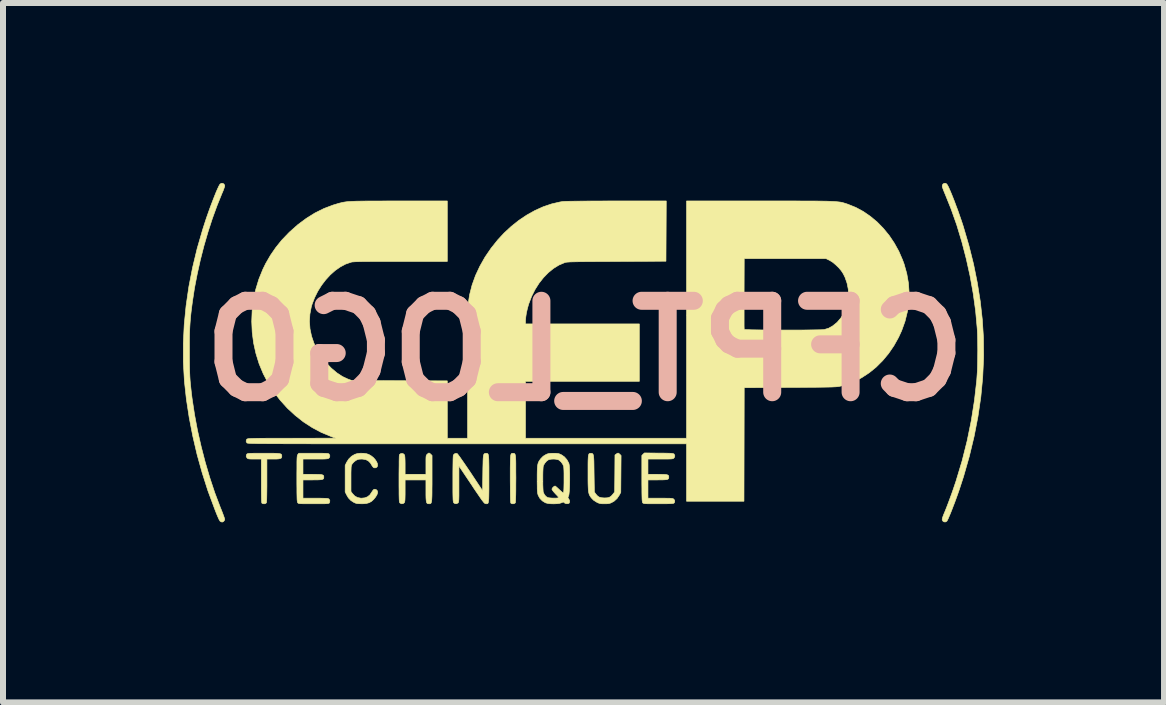
<source format=kicad_pcb>
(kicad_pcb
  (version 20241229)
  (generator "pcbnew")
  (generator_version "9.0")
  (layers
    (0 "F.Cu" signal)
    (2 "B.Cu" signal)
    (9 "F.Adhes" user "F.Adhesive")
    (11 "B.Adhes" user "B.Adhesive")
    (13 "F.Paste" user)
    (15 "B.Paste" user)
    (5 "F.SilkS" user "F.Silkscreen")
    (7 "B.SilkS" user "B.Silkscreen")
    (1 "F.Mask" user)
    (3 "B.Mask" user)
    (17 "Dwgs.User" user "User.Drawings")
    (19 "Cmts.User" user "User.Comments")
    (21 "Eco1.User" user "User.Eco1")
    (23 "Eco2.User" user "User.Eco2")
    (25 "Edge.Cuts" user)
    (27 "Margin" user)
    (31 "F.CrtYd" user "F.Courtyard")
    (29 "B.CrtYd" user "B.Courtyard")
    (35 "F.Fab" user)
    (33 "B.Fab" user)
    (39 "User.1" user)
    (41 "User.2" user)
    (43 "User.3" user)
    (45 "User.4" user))
  (footprint "CFPT_LOGO"
    (layer "F.Cu")
    (at 6.698 2.797)
    (property "Reference" "CFPT_LOGO" (at 0 0 0) (layer "B.SilkS") (effects (font (size 1.524 1.524) (thickness 0.3)) (justify mirror)))
    (attr through_hole)
    (fp_poly (pts (xy -1.197 1.708) (xy -1.186 1.708) (xy -1.178 1.71) (xy -1.171 1.714) (xy -1.165 1.723) (xy -1.161 1.737) (xy -1.157 1.757) (xy -1.155 1.787) (xy -1.153 1.825) (xy -1.152 1.875) (xy -1.152 1.938) (xy -1.152 2.014) (xy -1.151 2.106) (xy -1.151 2.127) (xy -1.152 2.231) (xy -1.152 2.319) (xy -1.153 2.393) (xy -1.155 2.452) (xy -1.156 2.495) (xy -1.158 2.522) (xy -1.16 2.532) (xy -1.175 2.544) (xy -1.198 2.549) (xy -1.221 2.546) (xy -1.234 2.538) (xy -1.237 2.531) (xy -1.239 2.515) (xy -1.241 2.489) (xy -1.242 2.451) (xy -1.243 2.401) (xy -1.244 2.337) (xy -1.244 2.259) (xy -1.245 2.165) (xy -1.245 2.129) (xy -1.245 2.034) (xy -1.245 1.954) (xy -1.244 1.888) (xy -1.243 1.836) (xy -1.242 1.794) (xy -1.24 1.763) (xy -1.237 1.74) (xy -1.233 1.725) (xy -1.228 1.716) (xy -1.221 1.71) (xy -1.213 1.708) (xy -1.204 1.708) (xy -1.197 1.708)) (stroke (width 0.01) (type solid)) (fill yes) (layer "F.SilkS"))
    (fp_poly (pts (xy -5.273 1.706) (xy -5.209 1.706) (xy -5.159 1.707) (xy -5.121 1.709) (xy -5.093 1.712) (xy -5.074 1.716) (xy -5.062 1.722) (xy -5.056 1.731) (xy -5.053 1.741) (xy -5.052 1.754) (xy -5.052 1.758) (xy -5.055 1.775) (xy -5.062 1.787) (xy -5.078 1.795) (xy -5.103 1.8) (xy -5.141 1.803) (xy -5.192 1.803) (xy -5.3 1.803) (xy -5.3 2.16) (xy -5.3 2.257) (xy -5.301 2.341) (xy -5.302 2.411) (xy -5.303 2.465) (xy -5.305 2.504) (xy -5.307 2.526) (xy -5.309 2.532) (xy -5.323 2.544) (xy -5.346 2.549) (xy -5.369 2.546) (xy -5.383 2.538) (xy -5.386 2.531) (xy -5.388 2.514) (xy -5.39 2.487) (xy -5.391 2.448) (xy -5.392 2.397) (xy -5.393 2.332) (xy -5.393 2.252) (xy -5.393 2.166) (xy -5.393 1.803) (xy -5.503 1.803) (xy -5.549 1.803) (xy -5.581 1.802) (xy -5.603 1.8) (xy -5.616 1.796) (xy -5.626 1.79) (xy -5.63 1.786) (xy -5.645 1.762) (xy -5.643 1.737) (xy -5.635 1.722) (xy -5.631 1.718) (xy -5.625 1.714) (xy -5.616 1.712) (xy -5.6 1.709) (xy -5.578 1.708) (xy -5.546 1.707) (xy -5.504 1.706) (xy -5.448 1.706) (xy -5.379 1.706) (xy -5.352 1.706) (xy -5.273 1.706)) (stroke (width 0.01) (type solid)) (fill yes) (layer "F.SilkS"))
    (fp_poly (pts (xy 0.572 1.715) (xy 0.581 1.723) (xy 0.602 1.744) (xy 0.597 2.358) (xy 0.574 2.402) (xy 0.535 2.46) (xy 0.486 2.505) (xy 0.445 2.528) (xy 0.42 2.539) (xy 0.394 2.545) (xy 0.361 2.548) (xy 0.325 2.548) (xy 0.286 2.548) (xy 0.258 2.545) (xy 0.234 2.539) (xy 0.209 2.529) (xy 0.196 2.522) (xy 0.144 2.489) (xy 0.11 2.454) (xy 0.095 2.435) (xy 0.083 2.416) (xy 0.073 2.397) (xy 0.066 2.375) (xy 0.06 2.348) (xy 0.056 2.315) (xy 0.054 2.273) (xy 0.052 2.221) (xy 0.051 2.157) (xy 0.051 2.078) (xy 0.051 2.032) (xy 0.051 1.95) (xy 0.051 1.882) (xy 0.052 1.829) (xy 0.054 1.788) (xy 0.056 1.757) (xy 0.06 1.736) (xy 0.065 1.722) (xy 0.071 1.713) (xy 0.08 1.709) (xy 0.09 1.708) (xy 0.097 1.708) (xy 0.109 1.708) (xy 0.12 1.71) (xy 0.128 1.715) (xy 0.135 1.724) (xy 0.14 1.739) (xy 0.144 1.763) (xy 0.147 1.795) (xy 0.149 1.838) (xy 0.15 1.893) (xy 0.151 1.963) (xy 0.152 2.044) (xy 0.157 2.351) (xy 0.177 2.381) (xy 0.205 2.414) (xy 0.235 2.436) (xy 0.272 2.447) (xy 0.321 2.451) (xy 0.325 2.451) (xy 0.372 2.449) (xy 0.407 2.44) (xy 0.436 2.422) (xy 0.463 2.392) (xy 0.472 2.381) (xy 0.495 2.351) (xy 0.498 2.044) (xy 0.5 1.736) (xy 0.522 1.719) (xy 0.542 1.706) (xy 0.556 1.704) (xy 0.572 1.715)) (stroke (width 0.01) (type solid)) (fill yes) (layer "F.SilkS"))
    (fp_poly (pts (xy -3.69 1.707) (xy -3.64 1.714) (xy -3.603 1.726) (xy -3.563 1.749) (xy -3.527 1.777) (xy -3.497 1.81) (xy -3.474 1.844) (xy -3.459 1.877) (xy -3.455 1.907) (xy -3.462 1.931) (xy -3.474 1.943) (xy -3.499 1.951) (xy -3.524 1.944) (xy -3.543 1.922) (xy -3.545 1.919) (xy -3.575 1.869) (xy -3.61 1.834) (xy -3.651 1.813) (xy -3.702 1.804) (xy -3.723 1.803) (xy -3.758 1.805) (xy -3.783 1.809) (xy -3.806 1.82) (xy -3.82 1.828) (xy -3.847 1.849) (xy -3.871 1.874) (xy -3.879 1.885) (xy -3.885 1.895) (xy -3.89 1.906) (xy -3.893 1.918) (xy -3.896 1.935) (xy -3.897 1.959) (xy -3.898 1.991) (xy -3.899 2.035) (xy -3.899 2.092) (xy -3.899 2.131) (xy -3.899 2.344) (xy -3.873 2.38) (xy -3.836 2.419) (xy -3.79 2.444) (xy -3.735 2.455) (xy -3.722 2.455) (xy -3.667 2.449) (xy -3.622 2.431) (xy -3.584 2.4) (xy -3.552 2.353) (xy -3.544 2.34) (xy -3.526 2.315) (xy -3.503 2.306) (xy -3.477 2.314) (xy -3.475 2.315) (xy -3.458 2.335) (xy -3.455 2.363) (xy -3.466 2.398) (xy -3.49 2.437) (xy -3.521 2.475) (xy -3.557 2.508) (xy -3.596 2.53) (xy -3.642 2.543) (xy -3.699 2.548) (xy -3.721 2.548) (xy -3.763 2.547) (xy -3.794 2.545) (xy -3.817 2.54) (xy -3.839 2.531) (xy -3.847 2.528) (xy -3.9 2.494) (xy -3.943 2.449) (xy -3.971 2.401) (xy -3.996 2.351) (xy -3.996 2.13) (xy -3.996 1.909) (xy -3.972 1.858) (xy -3.937 1.803) (xy -3.89 1.757) (xy -3.836 1.725) (xy -3.795 1.712) (xy -3.744 1.706) (xy -3.69 1.707)) (stroke (width 0.01) (type solid)) (fill yes) (layer "F.SilkS"))
    (fp_poly (pts (xy -2.587 1.707) (xy -2.571 1.721) (xy -2.569 1.723) (xy -2.548 1.743) (xy -2.548 2.127) (xy -2.548 2.222) (xy -2.549 2.302) (xy -2.549 2.367) (xy -2.55 2.42) (xy -2.552 2.462) (xy -2.554 2.493) (xy -2.558 2.516) (xy -2.562 2.531) (xy -2.568 2.541) (xy -2.576 2.546) (xy -2.585 2.548) (xy -2.596 2.548) (xy -2.599 2.548) (xy -2.615 2.547) (xy -2.627 2.543) (xy -2.636 2.533) (xy -2.642 2.515) (xy -2.646 2.489) (xy -2.649 2.451) (xy -2.65 2.4) (xy -2.65 2.335) (xy -2.65 2.331) (xy -2.65 2.151) (xy -2.997 2.151) (xy -2.997 2.331) (xy -2.997 2.393) (xy -2.998 2.44) (xy -2.999 2.475) (xy -3.001 2.499) (xy -3.004 2.516) (xy -3.008 2.527) (xy -3.01 2.53) (xy -3.03 2.545) (xy -3.055 2.548) (xy -3.079 2.538) (xy -3.085 2.533) (xy -3.088 2.528) (xy -3.091 2.52) (xy -3.093 2.508) (xy -3.095 2.49) (xy -3.096 2.464) (xy -3.097 2.43) (xy -3.098 2.385) (xy -3.098 2.329) (xy -3.099 2.259) (xy -3.099 2.174) (xy -3.099 2.129) (xy -3.099 2.049) (xy -3.098 1.974) (xy -3.097 1.907) (xy -3.097 1.847) (xy -3.096 1.798) (xy -3.095 1.761) (xy -3.093 1.738) (xy -3.092 1.731) (xy -3.072 1.713) (xy -3.047 1.709) (xy -3.023 1.717) (xy -3.006 1.735) (xy -3.003 1.749) (xy -3 1.779) (xy -2.998 1.821) (xy -2.997 1.874) (xy -2.997 1.904) (xy -2.997 2.057) (xy -2.65 2.057) (xy -2.65 1.9) (xy -2.65 1.845) (xy -2.65 1.804) (xy -2.649 1.775) (xy -2.647 1.756) (xy -2.644 1.742) (xy -2.639 1.733) (xy -2.632 1.726) (xy -2.629 1.723) (xy -2.613 1.709) (xy -2.6 1.702) (xy -2.599 1.702) (xy -2.587 1.707)) (stroke (width 0.01) (type solid)) (fill yes) (layer "F.SilkS"))
    (fp_poly (pts (xy 1.233 1.704) (xy 1.303 1.704) (xy 1.359 1.705) (xy 1.401 1.706) (xy 1.432 1.707) (xy 1.454 1.709) (xy 1.469 1.712) (xy 1.478 1.715) (xy 1.484 1.719) (xy 1.487 1.722) (xy 1.498 1.749) (xy 1.492 1.773) (xy 1.482 1.786) (xy 1.476 1.792) (xy 1.468 1.796) (xy 1.456 1.799) (xy 1.438 1.801) (xy 1.412 1.802) (xy 1.375 1.803) (xy 1.326 1.803) (xy 1.263 1.803) (xy 1.257 1.803) (xy 1.05 1.803) (xy 1.05 2.057) (xy 1.21 2.057) (xy 1.271 2.058) (xy 1.317 2.059) (xy 1.35 2.061) (xy 1.373 2.066) (xy 1.387 2.073) (xy 1.394 2.082) (xy 1.397 2.095) (xy 1.397 2.104) (xy 1.396 2.119) (xy 1.391 2.131) (xy 1.381 2.139) (xy 1.364 2.145) (xy 1.336 2.148) (xy 1.297 2.15) (xy 1.244 2.15) (xy 1.21 2.151) (xy 1.05 2.151) (xy 1.05 2.455) (xy 1.257 2.455) (xy 1.322 2.455) (xy 1.372 2.456) (xy 1.409 2.456) (xy 1.436 2.458) (xy 1.455 2.46) (xy 1.467 2.463) (xy 1.475 2.467) (xy 1.481 2.472) (xy 1.482 2.472) (xy 1.496 2.496) (xy 1.495 2.52) (xy 1.485 2.535) (xy 1.48 2.539) (xy 1.47 2.542) (xy 1.454 2.544) (xy 1.43 2.546) (xy 1.397 2.547) (xy 1.352 2.548) (xy 1.294 2.548) (xy 1.223 2.548) (xy 1.152 2.548) (xy 1.096 2.548) (xy 1.052 2.548) (xy 1.021 2.547) (xy 0.998 2.546) (xy 0.983 2.543) (xy 0.973 2.54) (xy 0.967 2.537) (xy 0.963 2.532) (xy 0.961 2.53) (xy 0.958 2.523) (xy 0.956 2.513) (xy 0.954 2.498) (xy 0.952 2.477) (xy 0.951 2.447) (xy 0.95 2.408) (xy 0.949 2.357) (xy 0.949 2.294) (xy 0.948 2.217) (xy 0.948 2.127) (xy 0.948 1.743) (xy 0.969 1.722) (xy 0.991 1.701) (xy 1.233 1.704)) (stroke (width 0.01) (type solid)) (fill yes) (layer "F.SilkS"))
    (fp_poly (pts (xy 6.012 -2.792) (xy 6.03 -2.779) (xy 6.042 -2.761) (xy 6.059 -2.729) (xy 6.079 -2.684) (xy 6.103 -2.628) (xy 6.129 -2.564) (xy 6.157 -2.493) (xy 6.185 -2.417) (xy 6.215 -2.338) (xy 6.243 -2.257) (xy 6.271 -2.177) (xy 6.297 -2.099) (xy 6.306 -2.07) (xy 6.398 -1.757) (xy 6.476 -1.445) (xy 6.539 -1.133) (xy 6.588 -0.825) (xy 6.622 -0.52) (xy 6.641 -0.22) (xy 6.644 0.074) (xy 6.643 0.123) (xy 6.628 0.446) (xy 6.597 0.77) (xy 6.549 1.097) (xy 6.485 1.426) (xy 6.405 1.759) (xy 6.309 2.095) (xy 6.237 2.316) (xy 6.214 2.382) (xy 6.189 2.451) (xy 6.164 2.52) (xy 6.138 2.587) (xy 6.114 2.65) (xy 6.091 2.708) (xy 6.07 2.757) (xy 6.053 2.797) (xy 6.039 2.825) (xy 6.031 2.838) (xy 6.009 2.851) (xy 5.984 2.85) (xy 5.966 2.838) (xy 5.957 2.825) (xy 5.953 2.81) (xy 5.956 2.79) (xy 5.965 2.762) (xy 5.98 2.722) (xy 5.986 2.709) (xy 6.005 2.663) (xy 6.028 2.605) (xy 6.054 2.537) (xy 6.081 2.464) (xy 6.109 2.388) (xy 6.135 2.314) (xy 6.159 2.243) (xy 6.18 2.181) (xy 6.183 2.172) (xy 6.284 1.837) (xy 6.369 1.5) (xy 6.438 1.162) (xy 6.491 0.825) (xy 6.529 0.49) (xy 6.536 0.389) (xy 6.54 0.329) (xy 6.542 0.256) (xy 6.544 0.172) (xy 6.545 0.082) (xy 6.546 -0.011) (xy 6.545 -0.103) (xy 6.544 -0.192) (xy 6.542 -0.272) (xy 6.539 -0.342) (xy 6.536 -0.381) (xy 6.51 -0.667) (xy 6.47 -0.956) (xy 6.418 -1.247) (xy 6.354 -1.536) (xy 6.28 -1.82) (xy 6.196 -2.098) (xy 6.101 -2.366) (xy 6.009 -2.595) (xy 5.991 -2.638) (xy 5.975 -2.678) (xy 5.963 -2.71) (xy 5.956 -2.732) (xy 5.954 -2.737) (xy 5.956 -2.763) (xy 5.969 -2.782) (xy 5.989 -2.792) (xy 6.012 -2.792)) (stroke (width 0.01) (type solid)) (fill yes) (layer "F.SilkS"))
    (fp_poly (pts (xy -1.636 1.708) (xy -1.627 1.71) (xy -1.62 1.714) (xy -1.614 1.722) (xy -1.61 1.736) (xy -1.606 1.756) (xy -1.604 1.785) (xy -1.602 1.823) (xy -1.601 1.873) (xy -1.6 1.935) (xy -1.6 2.01) (xy -1.6 2.101) (xy -1.6 2.226) (xy -1.6 2.305) (xy -1.601 2.371) (xy -1.602 2.424) (xy -1.603 2.465) (xy -1.606 2.496) (xy -1.609 2.519) (xy -1.613 2.534) (xy -1.619 2.543) (xy -1.627 2.547) (xy -1.636 2.548) (xy -1.647 2.548) (xy -1.654 2.547) (xy -1.661 2.545) (xy -1.668 2.542) (xy -1.677 2.535) (xy -1.688 2.523) (xy -1.702 2.505) (xy -1.721 2.481) (xy -1.744 2.447) (xy -1.773 2.405) (xy -1.81 2.351) (xy -1.854 2.286) (xy -1.89 2.231) (xy -2.1 1.918) (xy -2.1 2.219) (xy -2.1 2.299) (xy -2.1 2.363) (xy -2.1 2.414) (xy -2.101 2.453) (xy -2.102 2.482) (xy -2.104 2.503) (xy -2.106 2.517) (xy -2.109 2.526) (xy -2.113 2.532) (xy -2.115 2.534) (xy -2.139 2.547) (xy -2.165 2.546) (xy -2.186 2.533) (xy -2.188 2.53) (xy -2.191 2.523) (xy -2.194 2.513) (xy -2.196 2.498) (xy -2.198 2.477) (xy -2.199 2.447) (xy -2.2 2.407) (xy -2.201 2.356) (xy -2.201 2.293) (xy -2.201 2.216) (xy -2.201 2.131) (xy -2.201 2.024) (xy -2.2 1.934) (xy -2.199 1.86) (xy -2.198 1.803) (xy -2.196 1.763) (xy -2.194 1.74) (xy -2.192 1.735) (xy -2.174 1.716) (xy -2.149 1.708) (xy -2.129 1.712) (xy -2.121 1.72) (xy -2.105 1.742) (xy -2.081 1.774) (xy -2.052 1.816) (xy -2.017 1.866) (xy -1.978 1.923) (xy -1.936 1.985) (xy -1.909 2.025) (xy -1.706 2.331) (xy -1.702 2.033) (xy -1.701 1.951) (xy -1.699 1.883) (xy -1.698 1.83) (xy -1.696 1.789) (xy -1.693 1.758) (xy -1.689 1.736) (xy -1.683 1.722) (xy -1.676 1.714) (xy -1.667 1.71) (xy -1.656 1.708) (xy -1.646 1.708) (xy -1.636 1.708)) (stroke (width 0.01) (type solid)) (fill yes) (layer "F.SilkS"))
    (fp_poly (pts (xy -6.037 -2.792) (xy -6.017 -2.781) (xy -6.004 -2.76) (xy -6.003 -2.748) (xy -6.006 -2.734) (xy -6.015 -2.708) (xy -6.028 -2.672) (xy -6.045 -2.632) (xy -6.05 -2.621) (xy -6.131 -2.42) (xy -6.209 -2.206) (xy -6.282 -1.981) (xy -6.349 -1.751) (xy -6.409 -1.516) (xy -6.461 -1.282) (xy -6.506 -1.051) (xy -6.54 -0.829) (xy -6.552 -0.739) (xy -6.562 -0.66) (xy -6.57 -0.588) (xy -6.576 -0.522) (xy -6.581 -0.457) (xy -6.585 -0.392) (xy -6.588 -0.323) (xy -6.59 -0.248) (xy -6.591 -0.163) (xy -6.591 -0.066) (xy -6.591 0.004) (xy -6.591 0.111) (xy -6.59 0.204) (xy -6.589 0.285) (xy -6.587 0.358) (xy -6.584 0.426) (xy -6.58 0.49) (xy -6.574 0.555) (xy -6.567 0.622) (xy -6.559 0.695) (xy -6.549 0.777) (xy -6.544 0.813) (xy -6.505 1.068) (xy -6.456 1.329) (xy -6.396 1.593) (xy -6.328 1.856) (xy -6.252 2.114) (xy -6.169 2.364) (xy -6.079 2.602) (xy -6.057 2.656) (xy -6.039 2.702) (xy -6.024 2.743) (xy -6.012 2.776) (xy -6.005 2.799) (xy -6.003 2.807) (xy -6.009 2.827) (xy -6.025 2.845) (xy -6.044 2.853) (xy -6.046 2.853) (xy -6.063 2.849) (xy -6.072 2.844) (xy -6.08 2.839) (xy -6.087 2.828) (xy -6.097 2.812) (xy -6.108 2.788) (xy -6.123 2.754) (xy -6.142 2.708) (xy -6.165 2.649) (xy -6.176 2.62) (xy -6.283 2.332) (xy -6.378 2.034) (xy -6.463 1.73) (xy -6.535 1.422) (xy -6.595 1.113) (xy -6.642 0.806) (xy -6.675 0.504) (xy -6.676 0.485) (xy -6.693 0.182) (xy -6.693 -0.125) (xy -6.678 -0.436) (xy -6.647 -0.751) (xy -6.601 -1.068) (xy -6.539 -1.387) (xy -6.462 -1.707) (xy -6.369 -2.027) (xy -6.314 -2.197) (xy -6.285 -2.28) (xy -6.256 -2.362) (xy -6.226 -2.442) (xy -6.197 -2.518) (xy -6.17 -2.587) (xy -6.145 -2.649) (xy -6.122 -2.701) (xy -6.103 -2.742) (xy -6.088 -2.769) (xy -6.081 -2.779) (xy -6.06 -2.792) (xy -6.037 -2.792)) (stroke (width 0.01) (type solid)) (fill yes) (layer "F.SilkS"))
    (fp_poly (pts (xy -4.45 1.706) (xy -4.394 1.706) (xy -4.351 1.707) (xy -4.319 1.708) (xy -4.296 1.709) (xy -4.281 1.711) (xy -4.272 1.714) (xy -4.266 1.718) (xy -4.262 1.722) (xy -4.251 1.749) (xy -4.255 1.773) (xy -4.269 1.79) (xy -4.278 1.794) (xy -4.291 1.798) (xy -4.31 1.8) (xy -4.339 1.802) (xy -4.378 1.803) (xy -4.43 1.803) (xy -4.493 1.803) (xy -4.699 1.803) (xy -4.699 2.057) (xy -4.539 2.057) (xy -4.478 2.058) (xy -4.432 2.059) (xy -4.398 2.061) (xy -4.376 2.066) (xy -4.362 2.073) (xy -4.355 2.082) (xy -4.352 2.095) (xy -4.352 2.104) (xy -4.353 2.119) (xy -4.357 2.131) (xy -4.368 2.139) (xy -4.385 2.145) (xy -4.413 2.148) (xy -4.452 2.15) (xy -4.504 2.15) (xy -4.539 2.151) (xy -4.699 2.151) (xy -4.699 2.455) (xy -4.489 2.455) (xy -4.423 2.455) (xy -4.372 2.456) (xy -4.335 2.457) (xy -4.307 2.458) (xy -4.289 2.46) (xy -4.277 2.463) (xy -4.269 2.467) (xy -4.264 2.471) (xy -4.251 2.496) (xy -4.255 2.524) (xy -4.259 2.532) (xy -4.262 2.537) (xy -4.268 2.54) (xy -4.277 2.543) (xy -4.292 2.545) (xy -4.315 2.547) (xy -4.347 2.548) (xy -4.391 2.548) (xy -4.447 2.548) (xy -4.519 2.548) (xy -4.521 2.548) (xy -4.593 2.548) (xy -4.65 2.548) (xy -4.694 2.548) (xy -4.726 2.547) (xy -4.75 2.546) (xy -4.765 2.544) (xy -4.775 2.541) (xy -4.781 2.537) (xy -4.786 2.532) (xy -4.787 2.53) (xy -4.791 2.523) (xy -4.793 2.513) (xy -4.795 2.498) (xy -4.797 2.477) (xy -4.798 2.447) (xy -4.799 2.407) (xy -4.8 2.357) (xy -4.8 2.294) (xy -4.801 2.217) (xy -4.801 2.128) (xy -4.801 2.038) (xy -4.8 1.963) (xy -4.8 1.901) (xy -4.8 1.852) (xy -4.799 1.814) (xy -4.798 1.785) (xy -4.796 1.764) (xy -4.794 1.749) (xy -4.792 1.739) (xy -4.788 1.732) (xy -4.785 1.726) (xy -4.784 1.726) (xy -4.768 1.706) (xy -4.521 1.706) (xy -4.45 1.706)) (stroke (width 0.01) (type solid)) (fill yes) (layer "F.SilkS"))
    (fp_poly (pts (xy -0.485 1.707) (xy -0.456 1.71) (xy -0.433 1.714) (xy -0.412 1.723) (xy -0.392 1.732) (xy -0.343 1.766) (xy -0.302 1.812) (xy -0.272 1.866) (xy -0.266 1.881) (xy -0.262 1.904) (xy -0.258 1.94) (xy -0.256 1.986) (xy -0.254 2.04) (xy -0.254 2.1) (xy -0.254 2.161) (xy -0.255 2.222) (xy -0.257 2.279) (xy -0.26 2.33) (xy -0.264 2.372) (xy -0.268 2.403) (xy -0.273 2.418) (xy -0.282 2.437) (xy -0.282 2.45) (xy -0.273 2.464) (xy -0.271 2.466) (xy -0.257 2.492) (xy -0.255 2.518) (xy -0.264 2.538) (xy -0.283 2.547) (xy -0.309 2.547) (xy -0.333 2.54) (xy -0.342 2.532) (xy -0.352 2.523) (xy -0.362 2.52) (xy -0.377 2.525) (xy -0.392 2.532) (xy -0.425 2.542) (xy -0.468 2.547) (xy -0.518 2.549) (xy -0.568 2.548) (xy -0.615 2.543) (xy -0.652 2.534) (xy -0.66 2.531) (xy -0.71 2.5) (xy -0.751 2.458) (xy -0.779 2.408) (xy -0.779 2.407) (xy -0.784 2.392) (xy -0.788 2.376) (xy -0.791 2.356) (xy -0.793 2.332) (xy -0.795 2.299) (xy -0.795 2.257) (xy -0.796 2.202) (xy -0.796 2.139) (xy -0.796 2.123) (xy -0.702 2.123) (xy -0.702 2.179) (xy -0.702 2.233) (xy -0.7 2.281) (xy -0.698 2.32) (xy -0.696 2.347) (xy -0.694 2.356) (xy -0.677 2.393) (xy -0.652 2.424) (xy -0.622 2.444) (xy -0.615 2.446) (xy -0.59 2.45) (xy -0.556 2.453) (xy -0.517 2.454) (xy -0.482 2.454) (xy -0.455 2.451) (xy -0.45 2.45) (xy -0.443 2.447) (xy -0.441 2.441) (xy -0.446 2.431) (xy -0.461 2.414) (xy -0.486 2.388) (xy -0.491 2.383) (xy -0.517 2.354) (xy -0.537 2.329) (xy -0.549 2.31) (xy -0.55 2.304) (xy -0.544 2.288) (xy -0.528 2.27) (xy -0.51 2.256) (xy -0.497 2.252) (xy -0.488 2.258) (xy -0.47 2.273) (xy -0.446 2.295) (xy -0.427 2.313) (xy -0.4 2.337) (xy -0.378 2.356) (xy -0.363 2.366) (xy -0.358 2.367) (xy -0.355 2.356) (xy -0.353 2.332) (xy -0.351 2.295) (xy -0.35 2.251) (xy -0.349 2.2) (xy -0.349 2.147) (xy -0.349 2.093) (xy -0.349 2.042) (xy -0.35 1.996) (xy -0.352 1.959) (xy -0.354 1.933) (xy -0.355 1.923) (xy -0.372 1.886) (xy -0.399 1.85) (xy -0.431 1.822) (xy -0.441 1.816) (xy -0.465 1.809) (xy -0.499 1.804) (xy -0.525 1.803) (xy -0.564 1.805) (xy -0.595 1.811) (xy -0.609 1.816) (xy -0.64 1.838) (xy -0.668 1.871) (xy -0.689 1.906) (xy -0.694 1.92) (xy -0.697 1.939) (xy -0.699 1.973) (xy -0.701 2.017) (xy -0.702 2.068) (xy -0.702 2.123) (xy -0.796 2.123) (xy -0.796 2.064) (xy -0.795 2.004) (xy -0.793 1.957) (xy -0.79 1.919) (xy -0.785 1.889) (xy -0.778 1.865) (xy -0.768 1.843) (xy -0.755 1.823) (xy -0.739 1.801) (xy -0.738 1.799) (xy -0.696 1.756) (xy -0.657 1.732) (xy -0.633 1.72) (xy -0.611 1.713) (xy -0.588 1.709) (xy -0.556 1.707) (xy -0.525 1.707) (xy -0.485 1.707)) (stroke (width 0.01) (type solid)) (fill yes) (layer "F.SilkS"))
    (fp_poly (pts (xy 3.392 -2.498) (xy 3.519 -2.498) (xy 3.633 -2.497) (xy 3.735 -2.497) (xy 3.825 -2.497) (xy 3.904 -2.496) (xy 3.973 -2.495) (xy 4.033 -2.494) (xy 4.085 -2.492) (xy 4.13 -2.49) (xy 4.169 -2.488) (xy 4.202 -2.485) (xy 4.23 -2.482) (xy 4.255 -2.479) (xy 4.277 -2.475) (xy 4.297 -2.47) (xy 4.315 -2.465) (xy 4.334 -2.459) (xy 4.353 -2.453) (xy 4.374 -2.446) (xy 4.385 -2.442) (xy 4.514 -2.39) (xy 4.638 -2.323) (xy 4.757 -2.241) (xy 4.87 -2.147) (xy 4.974 -2.04) (xy 5.07 -1.923) (xy 5.155 -1.796) (xy 5.23 -1.661) (xy 5.292 -1.518) (xy 5.318 -1.448) (xy 5.363 -1.288) (xy 5.391 -1.128) (xy 5.402 -0.969) (xy 5.396 -0.809) (xy 5.373 -0.651) (xy 5.334 -0.493) (xy 5.278 -0.337) (xy 5.226 -0.224) (xy 5.149 -0.086) (xy 5.06 0.044) (xy 4.961 0.163) (xy 4.853 0.271) (xy 4.737 0.365) (xy 4.615 0.445) (xy 4.556 0.477) (xy 4.431 0.534) (xy 4.308 0.576) (xy 4.249 0.59) (xy 4.235 0.593) (xy 4.22 0.595) (xy 4.202 0.597) (xy 4.181 0.599) (xy 4.154 0.6) (xy 4.121 0.602) (xy 4.082 0.603) (xy 4.033 0.604) (xy 3.976 0.605) (xy 3.907 0.606) (xy 3.827 0.607) (xy 3.734 0.607) (xy 3.628 0.608) (xy 3.506 0.609) (xy 3.416 0.609) (xy 2.654 0.614) (xy 2.652 1.56) (xy 2.65 2.506) (xy 1.693 2.506) (xy 1.693 1.549) (xy -1.963 1.549) (xy -2.26 1.549) (xy -2.54 1.549) (xy -2.804 1.549) (xy -3.052 1.549) (xy -3.286 1.549) (xy -3.505 1.549) (xy -3.71 1.549) (xy -3.901 1.549) (xy -4.079 1.549) (xy -4.244 1.549) (xy -4.398 1.549) (xy -4.539 1.549) (xy -4.669 1.548) (xy -4.788 1.548) (xy -4.897 1.548) (xy -4.997 1.548) (xy -5.086 1.547) (xy -5.167 1.547) (xy -5.24 1.547) (xy -5.304 1.546) (xy -5.361 1.546) (xy -5.411 1.545) (xy -5.454 1.545) (xy -5.491 1.544) (xy -5.523 1.543) (xy -5.549 1.543) (xy -5.571 1.542) (xy -5.589 1.541) (xy -5.603 1.54) (xy -5.613 1.539) (xy -5.621 1.538) (xy -5.626 1.537) (xy -5.63 1.536) (xy -5.632 1.535) (xy -5.633 1.534) (xy -5.646 1.51) (xy -5.643 1.485) (xy -5.632 1.47) (xy -5.628 1.468) (xy -5.622 1.466) (xy -5.612 1.464) (xy -5.598 1.462) (xy -5.578 1.461) (xy -5.551 1.46) (xy -5.516 1.459) (xy -5.473 1.458) (xy -5.42 1.457) (xy -5.355 1.457) (xy -5.279 1.456) (xy -5.19 1.456) (xy -5.086 1.456) (xy -4.968 1.456) (xy -4.885 1.456) (xy -4.153 1.455) (xy -4.233 1.426) (xy -4.392 1.36) (xy -4.544 1.279) (xy -4.691 1.184) (xy -4.829 1.075) (xy -4.959 0.955) (xy -5.078 0.823) (xy -5.187 0.682) (xy -5.282 0.532) (xy -5.361 0.381) (xy -5.43 0.215) (xy -5.483 0.044) (xy -5.522 -0.132) (xy -5.545 -0.31) (xy -5.553 -0.49) (xy -5.546 -0.67) (xy -5.523 -0.848) (xy -5.486 -1.024) (xy -5.434 -1.195) (xy -5.367 -1.36) (xy -5.32 -1.456) (xy -5.24 -1.594) (xy -5.152 -1.722) (xy -5.054 -1.844) (xy -4.941 -1.962) (xy -4.922 -1.981) (xy -4.787 -2.101) (xy -4.646 -2.206) (xy -4.501 -2.297) (xy -4.35 -2.372) (xy -4.197 -2.43) (xy -4.124 -2.452) (xy -4.097 -2.46) (xy -4.072 -2.466) (xy -4.048 -2.472) (xy -4.024 -2.477) (xy -3.999 -2.481) (xy -3.971 -2.485) (xy -3.94 -2.488) (xy -3.904 -2.49) (xy -3.861 -2.492) (xy -3.812 -2.494) (xy -3.755 -2.495) (xy -3.688 -2.496) (xy -3.611 -2.497) (xy -3.522 -2.497) (xy -3.42 -2.497) (xy -3.304 -2.498) (xy -3.173 -2.498) (xy -3.097 -2.498) (xy -2.294 -2.498) (xy -2.294 -1.49) (xy -3.072 -1.49) (xy -3.206 -1.49) (xy -3.325 -1.49) (xy -3.43 -1.49) (xy -3.52 -1.49) (xy -3.598 -1.489) (xy -3.664 -1.489) (xy -3.719 -1.488) (xy -3.765 -1.487) (xy -3.802 -1.486) (xy -3.832 -1.485) (xy -3.856 -1.483) (xy -3.874 -1.482) (xy -3.888 -1.48) (xy -3.898 -1.477) (xy -3.899 -1.477) (xy -3.989 -1.446) (xy -4.077 -1.399) (xy -4.163 -1.339) (xy -4.245 -1.266) (xy -4.321 -1.183) (xy -4.391 -1.091) (xy -4.453 -0.992) (xy -4.505 -0.887) (xy -4.547 -0.778) (xy -4.561 -0.73) (xy -4.584 -0.61) (xy -4.591 -0.489) (xy -4.582 -0.368) (xy -4.557 -0.248) (xy -4.517 -0.13) (xy -4.462 -0.014) (xy -4.393 0.097) (xy -4.309 0.203) (xy -4.226 0.289) (xy -4.135 0.366) (xy -4.044 0.426) (xy -3.951 0.47) (xy -3.945 0.472) (xy -3.882 0.495) (xy -2.294 0.5) (xy -2.294 1.456) (xy -1.956 1.456) (xy -1.956 0.379) (xy -1.956 0.222) (xy -1.955 0.074) (xy -1.955 -0.065) (xy -1.955 -0.194) (xy -1.954 -0.312) (xy -1.953 -0.419) (xy -1.953 -0.513) (xy -1.952 -0.595) (xy -1.951 -0.663) (xy -1.95 -0.716) (xy -1.948 -0.754) (xy -1.947 -0.776) (xy -1.947 -0.778) (xy -1.922 -0.937) (xy -1.881 -1.097) (xy -1.824 -1.255) (xy -1.751 -1.411) (xy -1.665 -1.563) (xy -1.564 -1.711) (xy -1.451 -1.852) (xy -1.347 -1.964) (xy -1.227 -2.075) (xy -1.1 -2.176) (xy -0.968 -2.264) (xy -0.832 -2.34) (xy -0.694 -2.402) (xy -0.555 -2.449) (xy -0.417 -2.481) (xy -0.37 -2.489) (xy -0.349 -2.49) (xy -0.311 -2.492) (xy -0.257 -2.493) (xy -0.188 -2.494) (xy -0.103 -2.495) (xy -0.003 -2.496) (xy 0.111 -2.497) (xy 0.239 -2.497) (xy 0.381 -2.498) (xy 0.526 -2.498) (xy 1.355 -2.498) (xy 1.35 -1.494) (xy 0.529 -1.49) (xy 0.392 -1.489) (xy 0.272 -1.489) (xy 0.166 -1.488) (xy 0.073 -1.487) (xy -0.006 -1.487) (xy -0.074 -1.486) (xy -0.131 -1.485) (xy -0.179 -1.484) (xy -0.218 -1.483) (xy -0.249 -1.482) (xy -0.274 -1.48) (xy -0.294 -1.479) (xy -0.309 -1.477) (xy -0.321 -1.475) (xy -0.331 -1.473) (xy -0.339 -1.47) (xy -0.433 -1.43) (xy -0.524 -1.374) (xy -0.61 -1.304) (xy -0.691 -1.221) (xy -0.765 -1.127) (xy -0.831 -1.023) (xy -0.888 -0.91) (xy -0.934 -0.79) (xy -0.939 -0.777) (xy -0.959 -0.704) (xy -0.976 -0.63) (xy -0.986 -0.562) (xy -0.991 -0.503) (xy -0.991 -0.498) (xy -0.991 -0.449) (xy 0.906 -0.449) (xy 0.906 0.508) (xy -0.991 0.508) (xy -0.991 1.456) (xy 1.693 1.456) (xy 1.693 -0.674) (xy 2.652 -0.674) (xy 2.652 -0.595) (xy 2.652 -0.525) (xy 2.652 -0.465) (xy 2.652 -0.417) (xy 2.653 -0.382) (xy 2.654 -0.362) (xy 2.654 -0.358) (xy 2.663 -0.356) (xy 2.687 -0.354) (xy 2.725 -0.353) (xy 2.776 -0.351) (xy 2.837 -0.35) (xy 2.907 -0.349) (xy 2.985 -0.348) (xy 3.068 -0.348) (xy 3.156 -0.347) (xy 3.247 -0.347) (xy 3.339 -0.347) (xy 3.431 -0.347) (xy 3.521 -0.347) (xy 3.608 -0.347) (xy 3.69 -0.348) (xy 3.765 -0.349) (xy 3.832 -0.35) (xy 3.889 -0.351) (xy 3.936 -0.352) (xy 3.969 -0.354) (xy 3.988 -0.356) (xy 3.989 -0.356) (xy 4.06 -0.377) (xy 4.129 -0.416) (xy 4.196 -0.47) (xy 4.204 -0.477) (xy 4.269 -0.554) (xy 4.321 -0.639) (xy 4.359 -0.731) (xy 4.383 -0.827) (xy 4.393 -0.927) (xy 4.388 -1.028) (xy 4.368 -1.128) (xy 4.334 -1.226) (xy 4.304 -1.286) (xy 4.272 -1.335) (xy 4.23 -1.385) (xy 4.181 -1.432) (xy 4.132 -1.474) (xy 4.084 -1.504) (xy 4.077 -1.508) (xy 4.018 -1.537) (xy 2.654 -1.537) (xy 2.652 -0.953) (xy 2.652 -0.854) (xy 2.652 -0.761) (xy 2.652 -0.674) (xy 1.693 -0.674) (xy 1.693 -2.498) (xy 2.92 -2.498) (xy 3.093 -2.498) (xy 3.25 -2.498) (xy 3.392 -2.498)) (stroke (width 0.01) (type solid)) (fill yes) (layer "F.SilkS")))
  (gr_rect
    (start -3 -3)
    (end 16.348 8.655)
    (stroke (width 0.1) (type default))
    (fill no)
    (layer "Edge.Cuts")))
</source>
